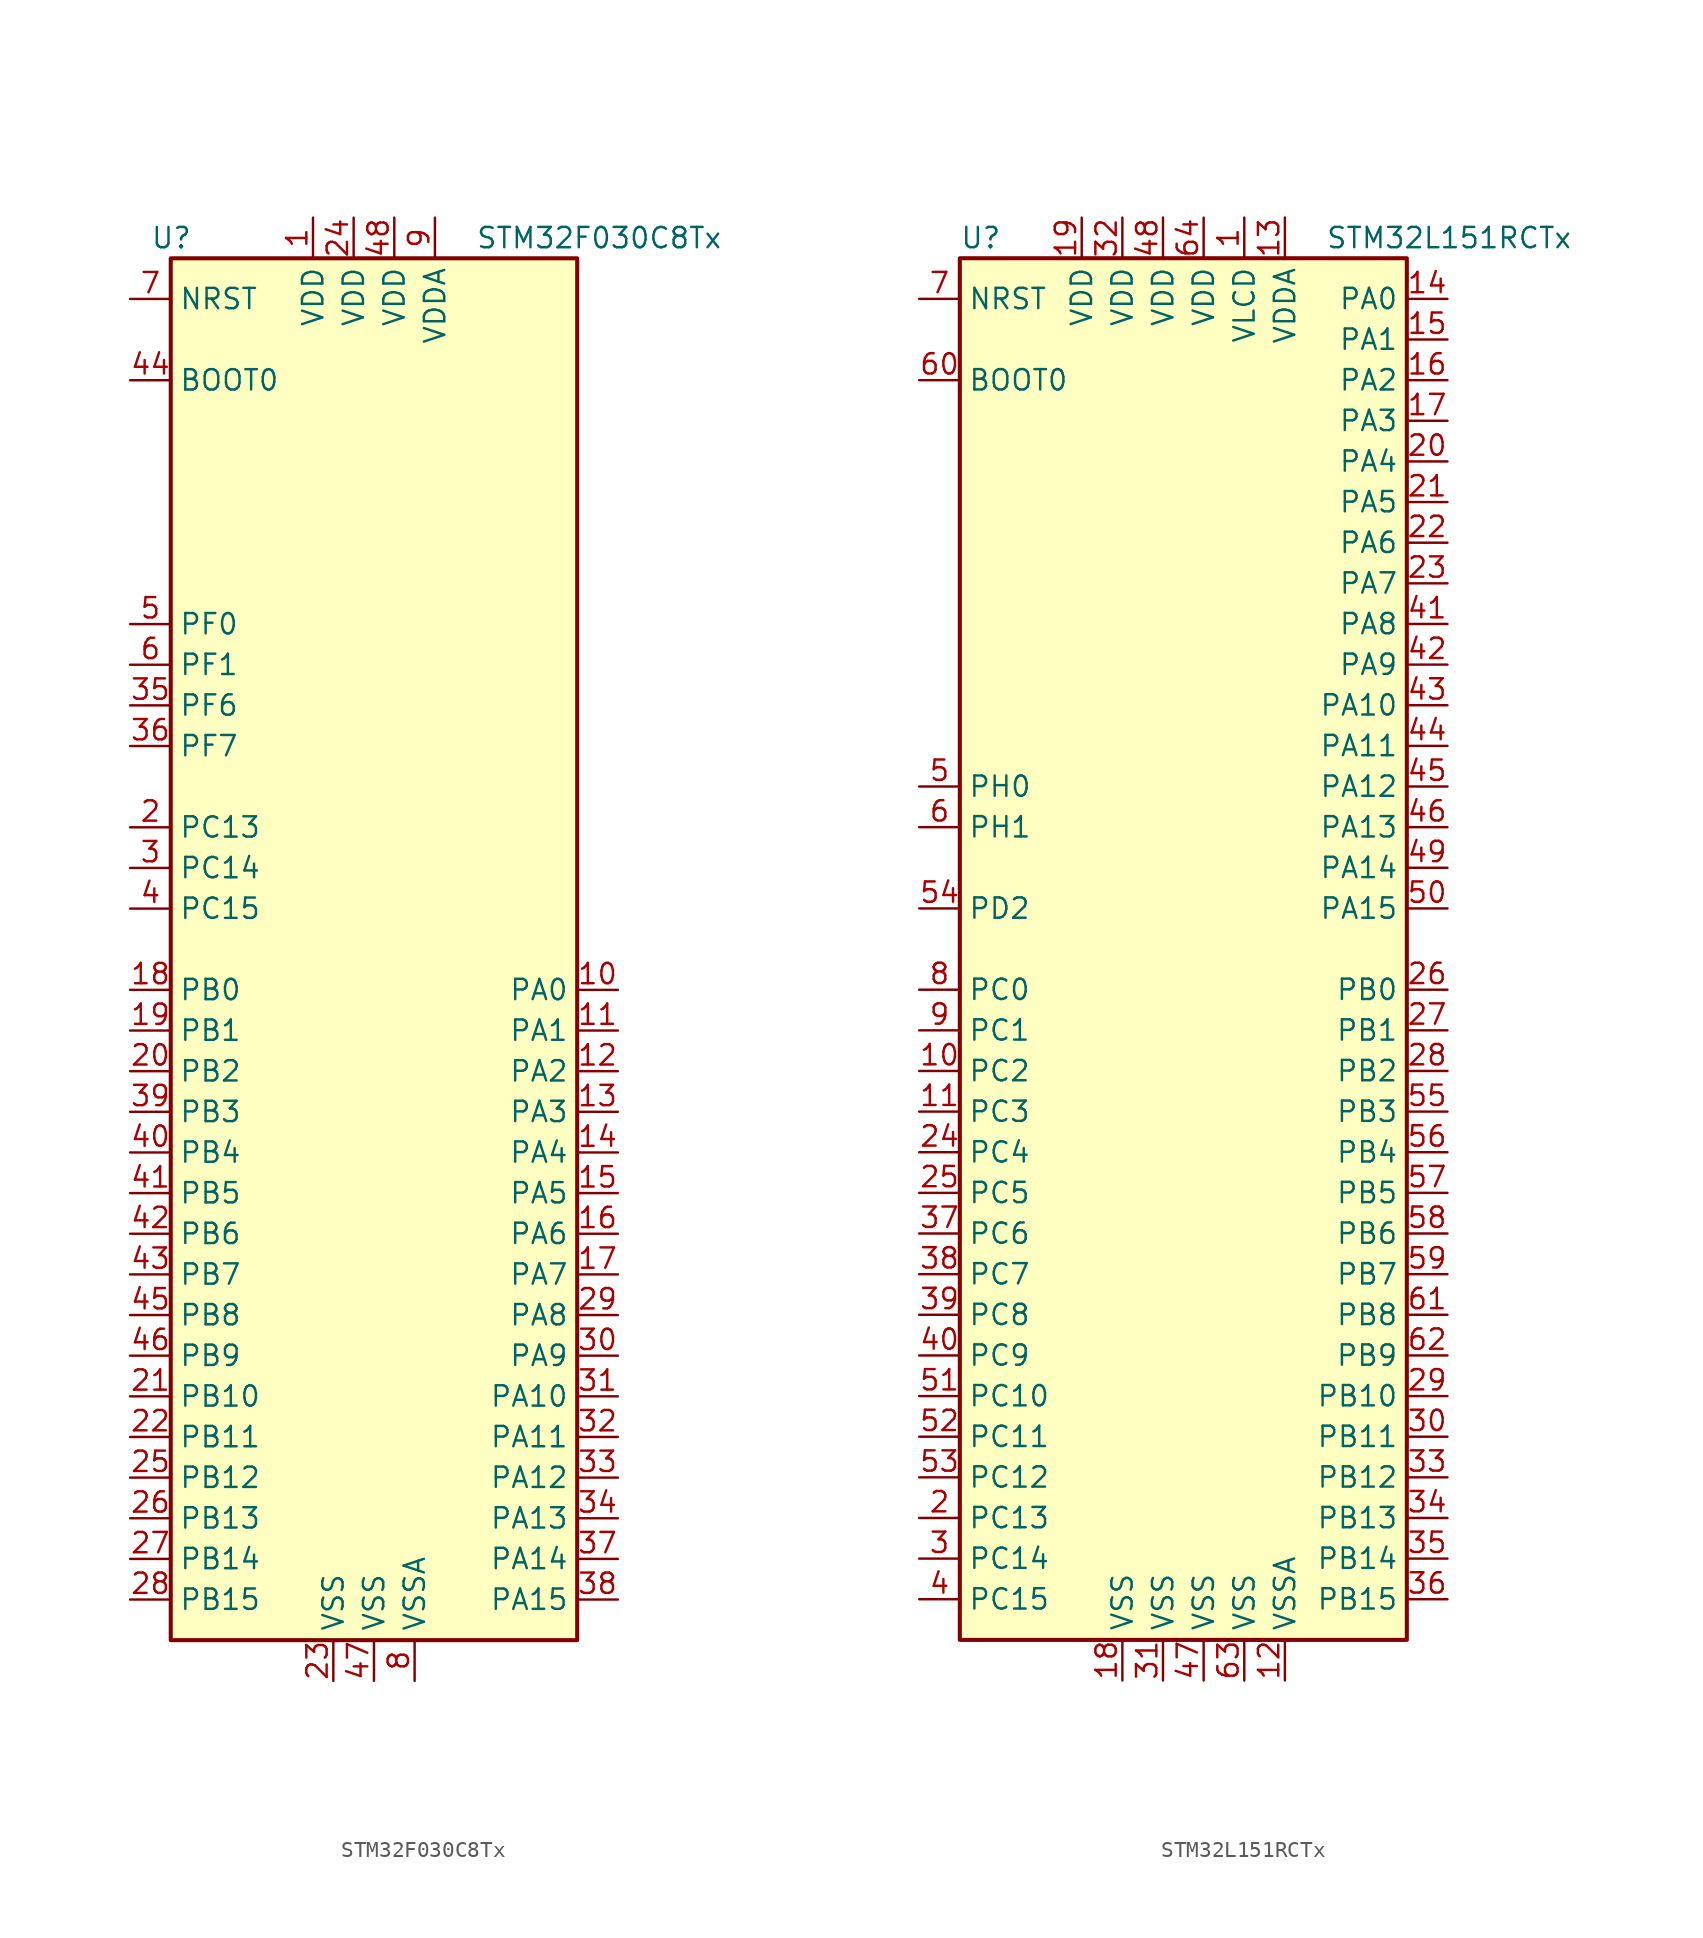
<source format=kicad_sym>
(kicad_symbol_lib
  (version 20220914)
  (generator kicad_symbol_editor)
  (symbol "STM32F030C8Tx"
    (property "Reference" "U"
      (at -13.97 49.53 0)
      (effects (font (size 1.27 1.27)) (justify left)))
    (property "Value" "STM32F030C8Tx"
      (at 6.35 49.53 0)
      (effects (font (size 1.27 1.27)) (justify left)))
    (symbol "STM32F030C8Tx_0_1"
      (rectangle (start -12.7 48.26) (end 12.7 -38.1) (stroke (width 0.254) (type default)) (fill (type background))))
    (symbol "STM32F030C8Tx_1_1"
      (pin power_in line (at -3.81 50.8 270) (length 2.54) (name "VDD" (effects (font (size 1.27 1.27)))) (number "1" (effects (font (size 1.27 1.27)))))
      (pin bidirectional line (at 15.24 2.54 180) (length 2.54) (name "PA0" (effects (font (size 1.27 1.27)))) (number "10" (effects (font (size 1.27 1.27)))))
      (pin bidirectional line (at 15.24 0 180) (length 2.54) (name "PA1" (effects (font (size 1.27 1.27)))) (number "11" (effects (font (size 1.27 1.27)))))
      (pin bidirectional line (at 15.24 -2.54 180) (length 2.54) (name "PA2" (effects (font (size 1.27 1.27)))) (number "12" (effects (font (size 1.27 1.27)))))
      (pin bidirectional line (at 15.24 -5.08 180) (length 2.54) (name "PA3" (effects (font (size 1.27 1.27)))) (number "13" (effects (font (size 1.27 1.27)))))
      (pin bidirectional line (at 15.24 -7.62 180) (length 2.54) (name "PA4" (effects (font (size 1.27 1.27)))) (number "14" (effects (font (size 1.27 1.27)))))
      (pin bidirectional line (at 15.24 -10.16 180) (length 2.54) (name "PA5" (effects (font (size 1.27 1.27)))) (number "15" (effects (font (size 1.27 1.27)))))
      (pin bidirectional line (at 15.24 -12.7 180) (length 2.54) (name "PA6" (effects (font (size 1.27 1.27)))) (number "16" (effects (font (size 1.27 1.27)))))
      (pin bidirectional line (at 15.24 -15.24 180) (length 2.54) (name "PA7" (effects (font (size 1.27 1.27)))) (number "17" (effects (font (size 1.27 1.27)))))
      (pin bidirectional line (at -15.24 2.54 0) (length 2.54) (name "PB0" (effects (font (size 1.27 1.27)))) (number "18" (effects (font (size 1.27 1.27)))))
      (pin bidirectional line (at -15.24 0 0) (length 2.54) (name "PB1" (effects (font (size 1.27 1.27)))) (number "19" (effects (font (size 1.27 1.27)))))
      (pin bidirectional line (at -15.24 12.7 0) (length 2.54) (name "PC13" (effects (font (size 1.27 1.27)))) (number "2" (effects (font (size 1.27 1.27)))))
      (pin bidirectional line (at -15.24 -2.54 0) (length 2.54) (name "PB2" (effects (font (size 1.27 1.27)))) (number "20" (effects (font (size 1.27 1.27)))))
      (pin bidirectional line (at -15.24 -22.86 0) (length 2.54) (name "PB10" (effects (font (size 1.27 1.27)))) (number "21" (effects (font (size 1.27 1.27)))))
      (pin bidirectional line (at -15.24 -25.4 0) (length 2.54) (name "PB11" (effects (font (size 1.27 1.27)))) (number "22" (effects (font (size 1.27 1.27)))))
      (pin power_in line (at -2.54 -40.64 90) (length 2.54) (name "VSS" (effects (font (size 1.27 1.27)))) (number "23" (effects (font (size 1.27 1.27)))))
      (pin power_in line (at -1.27 50.8 270) (length 2.54) (name "VDD" (effects (font (size 1.27 1.27)))) (number "24" (effects (font (size 1.27 1.27)))))
      (pin bidirectional line (at -15.24 -27.94 0) (length 2.54) (name "PB12" (effects (font (size 1.27 1.27)))) (number "25" (effects (font (size 1.27 1.27)))))
      (pin bidirectional line (at -15.24 -30.48 0) (length 2.54) (name "PB13" (effects (font (size 1.27 1.27)))) (number "26" (effects (font (size 1.27 1.27)))))
      (pin bidirectional line (at -15.24 -33.02 0) (length 2.54) (name "PB14" (effects (font (size 1.27 1.27)))) (number "27" (effects (font (size 1.27 1.27)))))
      (pin bidirectional line (at -15.24 -35.56 0) (length 2.54) (name "PB15" (effects (font (size 1.27 1.27)))) (number "28" (effects (font (size 1.27 1.27)))))
      (pin bidirectional line (at 15.24 -17.78 180) (length 2.54) (name "PA8" (effects (font (size 1.27 1.27)))) (number "29" (effects (font (size 1.27 1.27)))))
      (pin bidirectional line (at -15.24 10.16 0) (length 2.54) (name "PC14" (effects (font (size 1.27 1.27)))) (number "3" (effects (font (size 1.27 1.27)))))
      (pin bidirectional line (at 15.24 -20.32 180) (length 2.54) (name "PA9" (effects (font (size 1.27 1.27)))) (number "30" (effects (font (size 1.27 1.27)))))
      (pin bidirectional line (at 15.24 -22.86 180) (length 2.54) (name "PA10" (effects (font (size 1.27 1.27)))) (number "31" (effects (font (size 1.27 1.27)))))
      (pin bidirectional line (at 15.24 -25.4 180) (length 2.54) (name "PA11" (effects (font (size 1.27 1.27)))) (number "32" (effects (font (size 1.27 1.27)))))
      (pin bidirectional line (at 15.24 -27.94 180) (length 2.54) (name "PA12" (effects (font (size 1.27 1.27)))) (number "33" (effects (font (size 1.27 1.27)))))
      (pin bidirectional line (at 15.24 -30.48 180) (length 2.54) (name "PA13" (effects (font (size 1.27 1.27)))) (number "34" (effects (font (size 1.27 1.27)))))
      (pin bidirectional line (at -15.24 20.32 0) (length 2.54) (name "PF6" (effects (font (size 1.27 1.27)))) (number "35" (effects (font (size 1.27 1.27)))))
      (pin bidirectional line (at -15.24 17.78 0) (length 2.54) (name "PF7" (effects (font (size 1.27 1.27)))) (number "36" (effects (font (size 1.27 1.27)))))
      (pin bidirectional line (at 15.24 -33.02 180) (length 2.54) (name "PA14" (effects (font (size 1.27 1.27)))) (number "37" (effects (font (size 1.27 1.27)))))
      (pin bidirectional line (at 15.24 -35.56 180) (length 2.54) (name "PA15" (effects (font (size 1.27 1.27)))) (number "38" (effects (font (size 1.27 1.27)))))
      (pin bidirectional line (at -15.24 -5.08 0) (length 2.54) (name "PB3" (effects (font (size 1.27 1.27)))) (number "39" (effects (font (size 1.27 1.27)))))
      (pin bidirectional line (at -15.24 7.62 0) (length 2.54) (name "PC15" (effects (font (size 1.27 1.27)))) (number "4" (effects (font (size 1.27 1.27)))))
      (pin bidirectional line (at -15.24 -7.62 0) (length 2.54) (name "PB4" (effects (font (size 1.27 1.27)))) (number "40" (effects (font (size 1.27 1.27)))))
      (pin bidirectional line (at -15.24 -10.16 0) (length 2.54) (name "PB5" (effects (font (size 1.27 1.27)))) (number "41" (effects (font (size 1.27 1.27)))))
      (pin bidirectional line (at -15.24 -12.7 0) (length 2.54) (name "PB6" (effects (font (size 1.27 1.27)))) (number "42" (effects (font (size 1.27 1.27)))))
      (pin bidirectional line (at -15.24 -15.24 0) (length 2.54) (name "PB7" (effects (font (size 1.27 1.27)))) (number "43" (effects (font (size 1.27 1.27)))))
      (pin input line (at -15.24 40.64 0) (length 2.54) (name "BOOT0" (effects (font (size 1.27 1.27)))) (number "44" (effects (font (size 1.27 1.27)))))
      (pin bidirectional line (at -15.24 -17.78 0) (length 2.54) (name "PB8" (effects (font (size 1.27 1.27)))) (number "45" (effects (font (size 1.27 1.27)))))
      (pin bidirectional line (at -15.24 -20.32 0) (length 2.54) (name "PB9" (effects (font (size 1.27 1.27)))) (number "46" (effects (font (size 1.27 1.27)))))
      (pin power_in line (at 0 -40.64 90) (length 2.54) (name "VSS" (effects (font (size 1.27 1.27)))) (number "47" (effects (font (size 1.27 1.27)))))
      (pin power_in line (at 1.27 50.8 270) (length 2.54) (name "VDD" (effects (font (size 1.27 1.27)))) (number "48" (effects (font (size 1.27 1.27)))))
      (pin input line (at -15.24 25.4 0) (length 2.54) (name "PF0" (effects (font (size 1.27 1.27)))) (number "5" (effects (font (size 1.27 1.27)))))
      (pin input line (at -15.24 22.86 0) (length 2.54) (name "PF1" (effects (font (size 1.27 1.27)))) (number "6" (effects (font (size 1.27 1.27)))))
      (pin input line (at -15.24 45.72 0) (length 2.54) (name "NRST" (effects (font (size 1.27 1.27)))) (number "7" (effects (font (size 1.27 1.27)))))
      (pin power_in line (at 2.54 -40.64 90) (length 2.54) (name "VSSA" (effects (font (size 1.27 1.27)))) (number "8" (effects (font (size 1.27 1.27)))))
      (pin power_in line (at 3.81 50.8 270) (length 2.54) (name "VDDA" (effects (font (size 1.27 1.27)))) (number "9" (effects (font (size 1.27 1.27)))))))
  (symbol "STM32L151RCTx"
    (property "Reference" "U"
      (at -15.24 44.45 0)
      (effects (font (size 1.27 1.27)) (justify left)))
    (property "Value" "STM32L151RCTx"
      (at 7.62 44.45 0)
      (effects (font (size 1.27 1.27)) (justify left)))
    (symbol "STM32L151RCTx_0_1"
      (rectangle (start -15.24 -43.18) (end 12.7 43.18) (stroke (width 0.254) (type default)) (fill (type background))))
    (symbol "STM32L151RCTx_1_1"
      (pin power_in line (at 2.54 45.72 270) (length 2.54) (name "VLCD" (effects (font (size 1.27 1.27)))) (number "1" (effects (font (size 1.27 1.27)))))
      (pin bidirectional line (at -17.78 -7.62 0) (length 2.54) (name "PC2" (effects (font (size 1.27 1.27)))) (number "10" (effects (font (size 1.27 1.27)))))
      (pin bidirectional line (at -17.78 -10.16 0) (length 2.54) (name "PC3" (effects (font (size 1.27 1.27)))) (number "11" (effects (font (size 1.27 1.27)))))
      (pin power_in line (at 5.08 -45.72 90) (length 2.54) (name "VSSA" (effects (font (size 1.27 1.27)))) (number "12" (effects (font (size 1.27 1.27)))))
      (pin power_in line (at 5.08 45.72 270) (length 2.54) (name "VDDA" (effects (font (size 1.27 1.27)))) (number "13" (effects (font (size 1.27 1.27)))))
      (pin bidirectional line (at 15.24 40.64 180) (length 2.54) (name "PA0" (effects (font (size 1.27 1.27)))) (number "14" (effects (font (size 1.27 1.27)))))
      (pin bidirectional line (at 15.24 38.1 180) (length 2.54) (name "PA1" (effects (font (size 1.27 1.27)))) (number "15" (effects (font (size 1.27 1.27)))))
      (pin bidirectional line (at 15.24 35.56 180) (length 2.54) (name "PA2" (effects (font (size 1.27 1.27)))) (number "16" (effects (font (size 1.27 1.27)))))
      (pin bidirectional line (at 15.24 33.02 180) (length 2.54) (name "PA3" (effects (font (size 1.27 1.27)))) (number "17" (effects (font (size 1.27 1.27)))))
      (pin power_in line (at -5.08 -45.72 90) (length 2.54) (name "VSS" (effects (font (size 1.27 1.27)))) (number "18" (effects (font (size 1.27 1.27)))))
      (pin power_in line (at -7.62 45.72 270) (length 2.54) (name "VDD" (effects (font (size 1.27 1.27)))) (number "19" (effects (font (size 1.27 1.27)))))
      (pin bidirectional line (at -17.78 -35.56 0) (length 2.54) (name "PC13" (effects (font (size 1.27 1.27)))) (number "2" (effects (font (size 1.27 1.27)))))
      (pin bidirectional line (at 15.24 30.48 180) (length 2.54) (name "PA4" (effects (font (size 1.27 1.27)))) (number "20" (effects (font (size 1.27 1.27)))))
      (pin bidirectional line (at 15.24 27.94 180) (length 2.54) (name "PA5" (effects (font (size 1.27 1.27)))) (number "21" (effects (font (size 1.27 1.27)))))
      (pin bidirectional line (at 15.24 25.4 180) (length 2.54) (name "PA6" (effects (font (size 1.27 1.27)))) (number "22" (effects (font (size 1.27 1.27)))))
      (pin bidirectional line (at 15.24 22.86 180) (length 2.54) (name "PA7" (effects (font (size 1.27 1.27)))) (number "23" (effects (font (size 1.27 1.27)))))
      (pin bidirectional line (at -17.78 -12.7 0) (length 2.54) (name "PC4" (effects (font (size 1.27 1.27)))) (number "24" (effects (font (size 1.27 1.27)))))
      (pin bidirectional line (at -17.78 -15.24 0) (length 2.54) (name "PC5" (effects (font (size 1.27 1.27)))) (number "25" (effects (font (size 1.27 1.27)))))
      (pin bidirectional line (at 15.24 -2.54 180) (length 2.54) (name "PB0" (effects (font (size 1.27 1.27)))) (number "26" (effects (font (size 1.27 1.27)))))
      (pin bidirectional line (at 15.24 -5.08 180) (length 2.54) (name "PB1" (effects (font (size 1.27 1.27)))) (number "27" (effects (font (size 1.27 1.27)))))
      (pin bidirectional line (at 15.24 -7.62 180) (length 2.54) (name "PB2" (effects (font (size 1.27 1.27)))) (number "28" (effects (font (size 1.27 1.27)))))
      (pin bidirectional line (at 15.24 -27.94 180) (length 2.54) (name "PB10" (effects (font (size 1.27 1.27)))) (number "29" (effects (font (size 1.27 1.27)))))
      (pin bidirectional line (at -17.78 -38.1 0) (length 2.54) (name "PC14" (effects (font (size 1.27 1.27)))) (number "3" (effects (font (size 1.27 1.27)))))
      (pin bidirectional line (at 15.24 -30.48 180) (length 2.54) (name "PB11" (effects (font (size 1.27 1.27)))) (number "30" (effects (font (size 1.27 1.27)))))
      (pin power_in line (at -2.54 -45.72 90) (length 2.54) (name "VSS" (effects (font (size 1.27 1.27)))) (number "31" (effects (font (size 1.27 1.27)))))
      (pin power_in line (at -5.08 45.72 270) (length 2.54) (name "VDD" (effects (font (size 1.27 1.27)))) (number "32" (effects (font (size 1.27 1.27)))))
      (pin bidirectional line (at 15.24 -33.02 180) (length 2.54) (name "PB12" (effects (font (size 1.27 1.27)))) (number "33" (effects (font (size 1.27 1.27)))))
      (pin bidirectional line (at 15.24 -35.56 180) (length 2.54) (name "PB13" (effects (font (size 1.27 1.27)))) (number "34" (effects (font (size 1.27 1.27)))))
      (pin bidirectional line (at 15.24 -38.1 180) (length 2.54) (name "PB14" (effects (font (size 1.27 1.27)))) (number "35" (effects (font (size 1.27 1.27)))))
      (pin bidirectional line (at 15.24 -40.64 180) (length 2.54) (name "PB15" (effects (font (size 1.27 1.27)))) (number "36" (effects (font (size 1.27 1.27)))))
      (pin bidirectional line (at -17.78 -17.78 0) (length 2.54) (name "PC6" (effects (font (size 1.27 1.27)))) (number "37" (effects (font (size 1.27 1.27)))))
      (pin bidirectional line (at -17.78 -20.32 0) (length 2.54) (name "PC7" (effects (font (size 1.27 1.27)))) (number "38" (effects (font (size 1.27 1.27)))))
      (pin bidirectional line (at -17.78 -22.86 0) (length 2.54) (name "PC8" (effects (font (size 1.27 1.27)))) (number "39" (effects (font (size 1.27 1.27)))))
      (pin bidirectional line (at -17.78 -40.64 0) (length 2.54) (name "PC15" (effects (font (size 1.27 1.27)))) (number "4" (effects (font (size 1.27 1.27)))))
      (pin bidirectional line (at -17.78 -25.4 0) (length 2.54) (name "PC9" (effects (font (size 1.27 1.27)))) (number "40" (effects (font (size 1.27 1.27)))))
      (pin bidirectional line (at 15.24 20.32 180) (length 2.54) (name "PA8" (effects (font (size 1.27 1.27)))) (number "41" (effects (font (size 1.27 1.27)))))
      (pin bidirectional line (at 15.24 17.78 180) (length 2.54) (name "PA9" (effects (font (size 1.27 1.27)))) (number "42" (effects (font (size 1.27 1.27)))))
      (pin bidirectional line (at 15.24 15.24 180) (length 2.54) (name "PA10" (effects (font (size 1.27 1.27)))) (number "43" (effects (font (size 1.27 1.27)))))
      (pin bidirectional line (at 15.24 12.7 180) (length 2.54) (name "PA11" (effects (font (size 1.27 1.27)))) (number "44" (effects (font (size 1.27 1.27)))))
      (pin bidirectional line (at 15.24 10.16 180) (length 2.54) (name "PA12" (effects (font (size 1.27 1.27)))) (number "45" (effects (font (size 1.27 1.27)))))
      (pin bidirectional line (at 15.24 7.62 180) (length 2.54) (name "PA13" (effects (font (size 1.27 1.27)))) (number "46" (effects (font (size 1.27 1.27)))))
      (pin power_in line (at 0 -45.72 90) (length 2.54) (name "VSS" (effects (font (size 1.27 1.27)))) (number "47" (effects (font (size 1.27 1.27)))))
      (pin power_in line (at -2.54 45.72 270) (length 2.54) (name "VDD" (effects (font (size 1.27 1.27)))) (number "48" (effects (font (size 1.27 1.27)))))
      (pin bidirectional line (at 15.24 5.08 180) (length 2.54) (name "PA14" (effects (font (size 1.27 1.27)))) (number "49" (effects (font (size 1.27 1.27)))))
      (pin input line (at -17.78 10.16 0) (length 2.54) (name "PH0" (effects (font (size 1.27 1.27)))) (number "5" (effects (font (size 1.27 1.27)))))
      (pin bidirectional line (at 15.24 2.54 180) (length 2.54) (name "PA15" (effects (font (size 1.27 1.27)))) (number "50" (effects (font (size 1.27 1.27)))))
      (pin bidirectional line (at -17.78 -27.94 0) (length 2.54) (name "PC10" (effects (font (size 1.27 1.27)))) (number "51" (effects (font (size 1.27 1.27)))))
      (pin bidirectional line (at -17.78 -30.48 0) (length 2.54) (name "PC11" (effects (font (size 1.27 1.27)))) (number "52" (effects (font (size 1.27 1.27)))))
      (pin bidirectional line (at -17.78 -33.02 0) (length 2.54) (name "PC12" (effects (font (size 1.27 1.27)))) (number "53" (effects (font (size 1.27 1.27)))))
      (pin bidirectional line (at -17.78 2.54 0) (length 2.54) (name "PD2" (effects (font (size 1.27 1.27)))) (number "54" (effects (font (size 1.27 1.27)))))
      (pin bidirectional line (at 15.24 -10.16 180) (length 2.54) (name "PB3" (effects (font (size 1.27 1.27)))) (number "55" (effects (font (size 1.27 1.27)))))
      (pin bidirectional line (at 15.24 -12.7 180) (length 2.54) (name "PB4" (effects (font (size 1.27 1.27)))) (number "56" (effects (font (size 1.27 1.27)))))
      (pin bidirectional line (at 15.24 -15.24 180) (length 2.54) (name "PB5" (effects (font (size 1.27 1.27)))) (number "57" (effects (font (size 1.27 1.27)))))
      (pin bidirectional line (at 15.24 -17.78 180) (length 2.54) (name "PB6" (effects (font (size 1.27 1.27)))) (number "58" (effects (font (size 1.27 1.27)))))
      (pin bidirectional line (at 15.24 -20.32 180) (length 2.54) (name "PB7" (effects (font (size 1.27 1.27)))) (number "59" (effects (font (size 1.27 1.27)))))
      (pin input line (at -17.78 7.62 0) (length 2.54) (name "PH1" (effects (font (size 1.27 1.27)))) (number "6" (effects (font (size 1.27 1.27)))))
      (pin input line (at -17.78 35.56 0) (length 2.54) (name "BOOT0" (effects (font (size 1.27 1.27)))) (number "60" (effects (font (size 1.27 1.27)))))
      (pin bidirectional line (at 15.24 -22.86 180) (length 2.54) (name "PB8" (effects (font (size 1.27 1.27)))) (number "61" (effects (font (size 1.27 1.27)))))
      (pin bidirectional line (at 15.24 -25.4 180) (length 2.54) (name "PB9" (effects (font (size 1.27 1.27)))) (number "62" (effects (font (size 1.27 1.27)))))
      (pin power_in line (at 2.54 -45.72 90) (length 2.54) (name "VSS" (effects (font (size 1.27 1.27)))) (number "63" (effects (font (size 1.27 1.27)))))
      (pin power_in line (at 0 45.72 270) (length 2.54) (name "VDD" (effects (font (size 1.27 1.27)))) (number "64" (effects (font (size 1.27 1.27)))))
      (pin input line (at -17.78 40.64 0) (length 2.54) (name "NRST" (effects (font (size 1.27 1.27)))) (number "7" (effects (font (size 1.27 1.27)))))
      (pin bidirectional line (at -17.78 -2.54 0) (length 2.54) (name "PC0" (effects (font (size 1.27 1.27)))) (number "8" (effects (font (size 1.27 1.27)))))
      (pin bidirectional line (at -17.78 -5.08 0) (length 2.54) (name "PC1" (effects (font (size 1.27 1.27)))) (number "9" (effects (font (size 1.27 1.27))))))))
</source>
